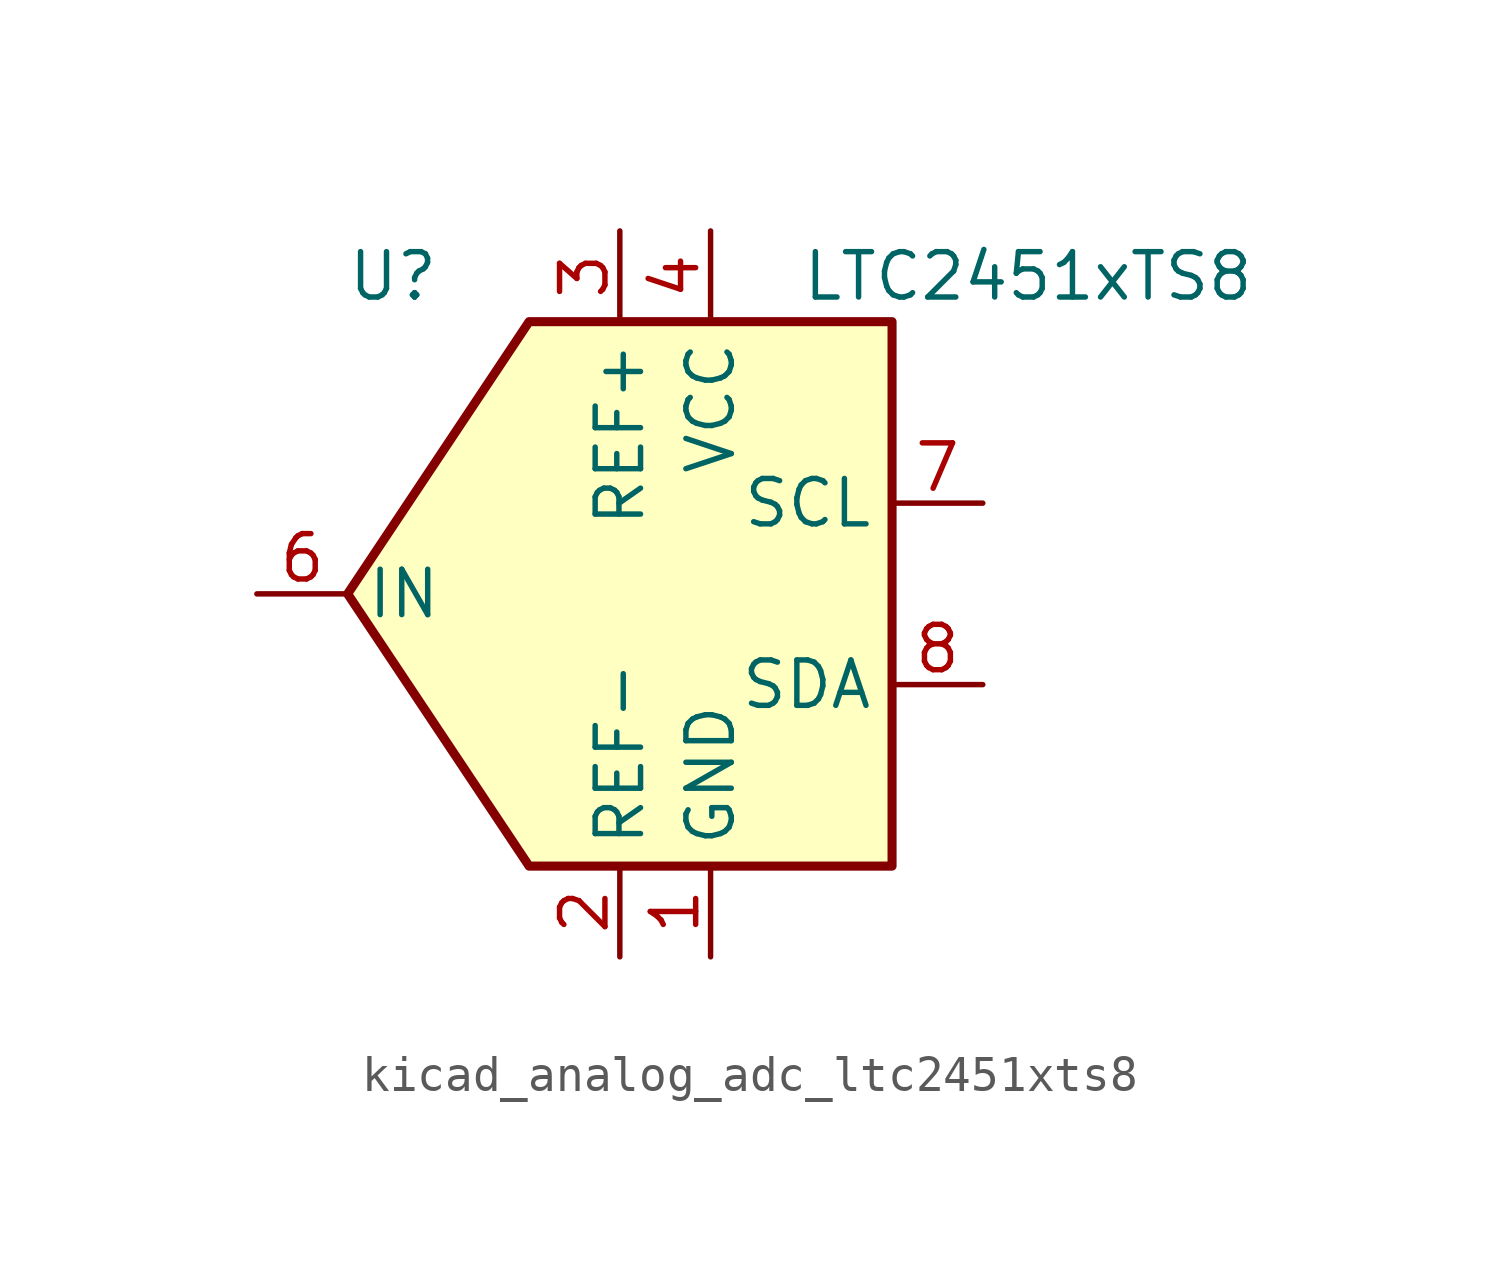
<source format=kicad_sym>
(kicad_symbol_lib
  (version 20220914)
  (generator kicad_symbol_editor)
  (symbol "kicad_analog_adc_ltc2451xts8"
    (property "Reference" "U"
      (at -6.35 8.89 0)
      (effects (font (size 1.27 1.27))))
    (property "Value" "LTC2451xTS8"
      (at 11.43 8.89 0)
      (effects (font (size 1.27 1.27))))
    (symbol "kicad_analog_adc_ltc2451xts8_1_1"
      (polyline (pts (xy -2.54 7.62) (xy 3.81 7.62) (xy 7.62 7.62) (xy 7.62 -7.62) (xy -2.54 -7.62) (xy -7.62 0) (xy -2.54 7.62)) (stroke (width 0.254) (type default)) (fill (type background)))
      (pin power_in line (at 2.54 -10.16 90) (length 2.54) (name "GND" (effects (font (size 1.27 1.27)))) (number "1" (effects (font (size 1.27 1.27)))))
      (pin power_in line (at 0 -10.16 90) (length 2.54) (name "REF-" (effects (font (size 1.27 1.27)))) (number "2" (effects (font (size 1.27 1.27)))))
      (pin power_in line (at 0 10.16 270) (length 2.54) (name "REF+" (effects (font (size 1.27 1.27)))) (number "3" (effects (font (size 1.27 1.27)))))
      (pin power_in line (at 2.54 10.16 270) (length 2.54) (name "VCC" (effects (font (size 1.27 1.27)))) (number "4" (effects (font (size 1.27 1.27)))))
      (pin passive line (at 2.54 -10.16 90) (length 2.54) hide (name "GND" (effects (font (size 1.27 1.27)))) (number "5" (effects (font (size 1.27 1.27)))))
      (pin input line (at -10.16 0 0) (length 2.54) (name "IN" (effects (font (size 1.27 1.27)))) (number "6" (effects (font (size 1.27 1.27)))))
      (pin input line (at 10.16 2.54 180) (length 2.54) (name "SCL" (effects (font (size 1.27 1.27)))) (number "7" (effects (font (size 1.27 1.27)))))
      (pin bidirectional line (at 10.16 -2.54 180) (length 2.54) (name "SDA" (effects (font (size 1.27 1.27)))) (number "8" (effects (font (size 1.27 1.27))))))))
</source>
